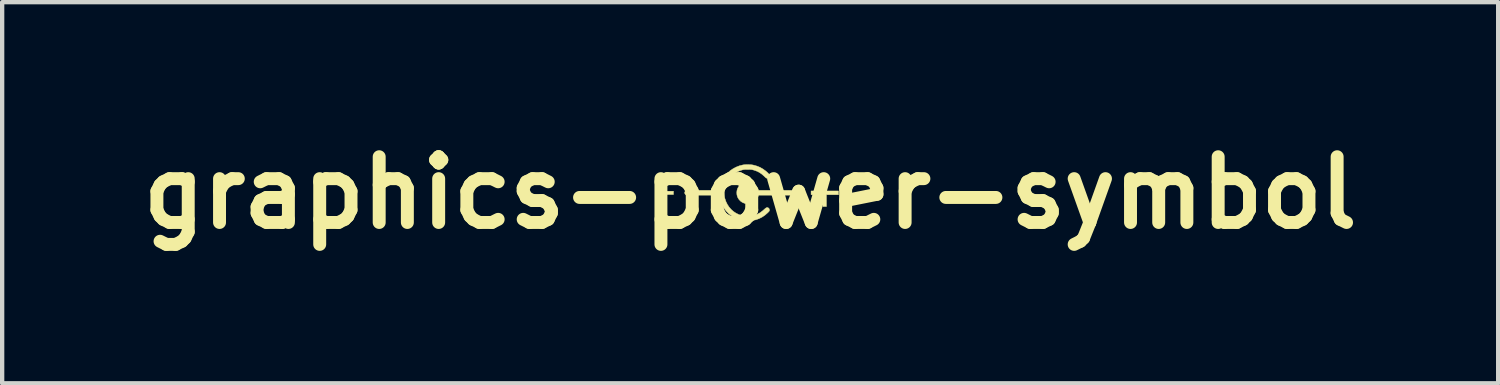
<source format=kicad_pcb>
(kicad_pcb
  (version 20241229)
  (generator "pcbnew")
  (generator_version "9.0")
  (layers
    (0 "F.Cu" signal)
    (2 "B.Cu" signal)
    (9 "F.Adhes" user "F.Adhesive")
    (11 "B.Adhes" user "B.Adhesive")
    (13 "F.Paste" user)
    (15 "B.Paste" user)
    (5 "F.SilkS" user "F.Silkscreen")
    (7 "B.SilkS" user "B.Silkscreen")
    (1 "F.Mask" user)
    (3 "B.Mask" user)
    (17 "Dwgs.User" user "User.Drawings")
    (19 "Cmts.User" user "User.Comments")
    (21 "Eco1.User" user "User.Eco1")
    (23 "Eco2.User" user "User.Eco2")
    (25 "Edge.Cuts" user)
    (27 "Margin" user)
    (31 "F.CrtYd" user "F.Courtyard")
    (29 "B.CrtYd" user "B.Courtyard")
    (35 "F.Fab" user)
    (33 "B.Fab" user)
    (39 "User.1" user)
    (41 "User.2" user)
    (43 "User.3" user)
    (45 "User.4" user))
  (footprint "graphics-power-symbol"
    (layer "F.Cu")
    (at 14.34 1.418)
    (property "Reference" "graphics-power-symbol" (at 0 0 0) (layer "F.SilkS") (effects (font (size 1.524 1.524) (thickness 0.3))))
    (attr through_hole)
    (fp_poly (pts (xy -1.778 0.041) (xy -2.047 0.041) (xy -2.047 -0.036) (xy -1.778 -0.036) (xy -1.778 0.041)) (stroke (width 0.01) (type solid)) (fill yes) (layer "F.SilkS"))
    (fp_poly (pts (xy 1.768 -0.041) (xy 2.047 -0.041) (xy 2.047 0.046) (xy 1.768 0.046) (xy 1.768 0.32) (xy 1.687 0.32) (xy 1.687 0.046) (xy 1.412 0.046) (xy 1.412 -0.041) (xy 1.687 -0.041) (xy 1.687 -0.315) (xy 1.768 -0.315) (xy 1.768 -0.041)) (stroke (width 0.01) (type solid)) (fill yes) (layer "F.SilkS"))
    (fp_poly (pts (xy -0.002 -0.248) (xy 0.042 -0.234) (xy 0.084 -0.211) (xy 0.112 -0.189) (xy 0.138 -0.162) (xy 0.162 -0.129) (xy 0.18 -0.096) (xy 0.186 -0.081) (xy 0.194 -0.056) (xy 0.61 -0.056) (xy 0.687 -0.056) (xy 0.755 -0.056) (xy 0.813 -0.056) (xy 0.863 -0.056) (xy 0.906 -0.055) (xy 0.942 -0.055) (xy 0.972 -0.054) (xy 0.996 -0.053) (xy 1.015 -0.052) (xy 1.03 -0.05) (xy 1.042 -0.048) (xy 1.05 -0.046) (xy 1.056 -0.043) (xy 1.061 -0.04) (xy 1.064 -0.036) (xy 1.067 -0.032) (xy 1.069 -0.03) (xy 1.074 -0.017) (xy 1.077 -0.000469) (xy 1.077 0.002) (xy 1.075 0.017) (xy 1.068 0.029) (xy 1.06 0.039) (xy 1.042 0.056) (xy 0.194 0.056) (xy 0.188 0.075) (xy 0.167 0.123) (xy 0.139 0.164) (xy 0.105 0.198) (xy 0.065 0.225) (xy 0.021 0.244) (xy -0.028 0.253) (xy -0.079 0.254) (xy -0.089 0.253) (xy -0.137 0.243) (xy -0.182 0.223) (xy -0.221 0.196) (xy -0.255 0.161) (xy -0.282 0.121) (xy -0.3 0.077) (xy -0.308 0.039) (xy -0.31 -0.003) (xy -0.307 -0.044) (xy -0.298 -0.081) (xy -0.298 -0.082) (xy -0.277 -0.127) (xy -0.249 -0.165) (xy -0.216 -0.197) (xy -0.178 -0.223) (xy -0.136 -0.24) (xy -0.092 -0.251) (xy -0.047 -0.253) (xy -0.002 -0.248)) (stroke (width 0.01) (type solid)) (fill yes) (layer "F.SilkS"))
    (fp_poly (pts (xy 0.005 -0.65) (xy 0.049 -0.646) (xy 0.079 -0.64) (xy 0.156 -0.618) (xy 0.228 -0.589) (xy 0.296 -0.55) (xy 0.362 -0.502) (xy 0.385 -0.482) (xy 0.415 -0.454) (xy 0.436 -0.43) (xy 0.448 -0.409) (xy 0.453 -0.391) (xy 0.45 -0.374) (xy 0.44 -0.358) (xy 0.435 -0.353) (xy 0.422 -0.341) (xy 0.409 -0.336) (xy 0.396 -0.335) (xy 0.387 -0.336) (xy 0.379 -0.338) (xy 0.37 -0.343) (xy 0.359 -0.351) (xy 0.344 -0.365) (xy 0.326 -0.383) (xy 0.275 -0.428) (xy 0.223 -0.465) (xy 0.17 -0.494) (xy 0.113 -0.516) (xy 0.077 -0.527) (xy 0.057 -0.532) (xy 0.039 -0.536) (xy 0.021 -0.538) (xy 0.001 -0.539) (xy -0.025 -0.54) (xy -0.056 -0.54) (xy -0.089 -0.54) (xy -0.114 -0.539) (xy -0.135 -0.538) (xy -0.153 -0.536) (xy -0.17 -0.532) (xy -0.189 -0.527) (xy -0.259 -0.503) (xy -0.325 -0.471) (xy -0.385 -0.43) (xy -0.439 -0.383) (xy -0.486 -0.329) (xy -0.527 -0.27) (xy -0.559 -0.205) (xy -0.582 -0.137) (xy -0.594 -0.08) (xy -0.598 -0.047) (xy -0.599 -0.007) (xy -0.598 0.035) (xy -0.595 0.076) (xy -0.59 0.114) (xy -0.585 0.136) (xy -0.561 0.206) (xy -0.529 0.271) (xy -0.489 0.332) (xy -0.442 0.386) (xy -0.388 0.434) (xy -0.328 0.474) (xy -0.262 0.506) (xy -0.194 0.529) (xy -0.166 0.535) (xy -0.13 0.539) (xy -0.09 0.542) (xy -0.05 0.543) (xy -0.012 0.542) (xy 0.021 0.54) (xy 0.03 0.539) (xy 0.101 0.522) (xy 0.168 0.497) (xy 0.232 0.462) (xy 0.292 0.417) (xy 0.328 0.385) (xy 0.35 0.365) (xy 0.368 0.352) (xy 0.383 0.345) (xy 0.396 0.343) (xy 0.41 0.346) (xy 0.43 0.357) (xy 0.442 0.375) (xy 0.447 0.399) (xy 0.447 0.4) (xy 0.447 0.41) (xy 0.445 0.419) (xy 0.44 0.428) (xy 0.431 0.438) (xy 0.417 0.453) (xy 0.405 0.465) (xy 0.343 0.519) (xy 0.277 0.564) (xy 0.206 0.6) (xy 0.13 0.627) (xy 0.052 0.644) (xy -0.03 0.653) (xy -0.035 0.653) (xy -0.064 0.653) (xy -0.093 0.653) (xy -0.119 0.652) (xy -0.136 0.65) (xy -0.209 0.636) (xy -0.282 0.614) (xy -0.352 0.583) (xy -0.418 0.546) (xy -0.435 0.534) (xy -0.496 0.485) (xy -0.551 0.429) (xy -0.599 0.367) (xy -0.639 0.3) (xy -0.663 0.247) (xy -0.672 0.223) (xy -0.681 0.195) (xy -0.689 0.166) (xy -0.697 0.137) (xy -0.702 0.112) (xy -0.706 0.093) (xy -0.706 0.086) (xy -0.706 0.08) (xy -0.706 0.075) (xy -0.706 0.071) (xy -0.708 0.068) (xy -0.711 0.065) (xy -0.717 0.062) (xy -0.727 0.06) (xy -0.74 0.059) (xy -0.758 0.058) (xy -0.781 0.057) (xy -0.81 0.056) (xy -0.846 0.056) (xy -0.889 0.056) (xy -0.94 0.056) (xy -1 0.056) (xy -1.068 0.056) (xy -1.098 0.056) (xy -1.484 0.056) (xy -1.502 0.039) (xy -1.515 0.019) (xy -1.519 -0.001) (xy -1.514 -0.021) (xy -1.501 -0.038) (xy -1.488 -0.047) (xy -1.484 -0.049) (xy -1.479 -0.05) (xy -1.473 -0.051) (xy -1.463 -0.052) (xy -1.451 -0.053) (xy -1.434 -0.054) (xy -1.413 -0.055) (xy -1.386 -0.055) (xy -1.353 -0.055) (xy -1.314 -0.056) (xy -1.267 -0.056) (xy -1.212 -0.056) (xy -1.148 -0.056) (xy -1.091 -0.056) (xy -0.711 -0.056) (xy -0.709 -0.067) (xy -0.707 -0.077) (xy -0.704 -0.094) (xy -0.7 -0.115) (xy -0.699 -0.122) (xy -0.68 -0.199) (xy -0.652 -0.271) (xy -0.616 -0.339) (xy -0.571 -0.402) (xy -0.52 -0.46) (xy -0.462 -0.511) (xy -0.397 -0.556) (xy -0.328 -0.593) (xy -0.253 -0.623) (xy -0.174 -0.643) (xy -0.173 -0.644) (xy -0.135 -0.649) (xy -0.09 -0.652) (xy -0.043 -0.652) (xy 0.005 -0.65)) (stroke (width 0.01) (type solid)) (fill yes) (layer "F.SilkS")))
  (gr_rect
    (start -3 -3)
    (end 31.68 5.836)
    (stroke (width 0.1) (type default))
    (fill no)
    (layer "Edge.Cuts")))
</source>
